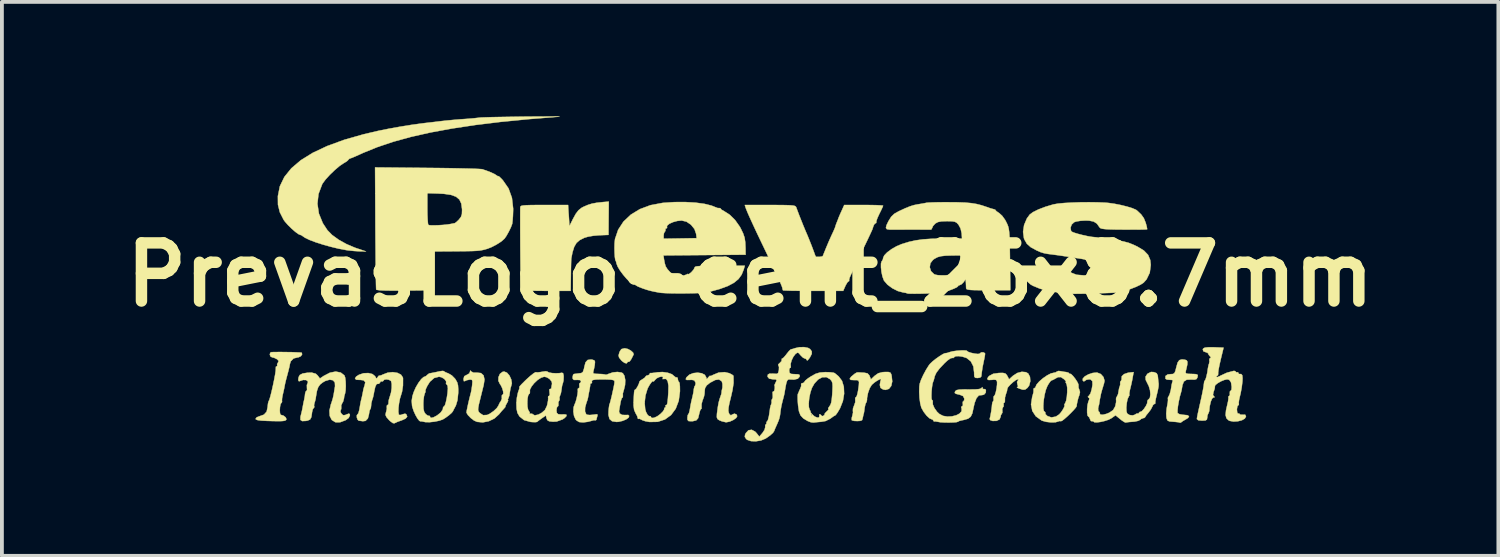
<source format=kicad_pcb>
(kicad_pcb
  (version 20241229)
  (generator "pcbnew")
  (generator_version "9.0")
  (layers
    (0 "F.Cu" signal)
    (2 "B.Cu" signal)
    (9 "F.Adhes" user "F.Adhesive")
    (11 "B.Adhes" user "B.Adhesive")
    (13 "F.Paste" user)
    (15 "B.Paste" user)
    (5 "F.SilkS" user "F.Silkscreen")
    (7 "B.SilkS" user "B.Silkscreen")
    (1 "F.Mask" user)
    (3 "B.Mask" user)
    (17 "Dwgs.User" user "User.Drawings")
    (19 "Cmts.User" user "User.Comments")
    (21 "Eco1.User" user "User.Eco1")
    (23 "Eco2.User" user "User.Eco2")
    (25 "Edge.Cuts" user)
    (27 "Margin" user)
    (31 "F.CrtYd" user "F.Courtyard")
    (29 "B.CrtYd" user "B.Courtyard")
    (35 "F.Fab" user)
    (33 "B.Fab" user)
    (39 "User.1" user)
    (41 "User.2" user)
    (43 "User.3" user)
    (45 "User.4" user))
  (footprint "PrevasLogo-cent_26x8.7mm"
    (layer "F.Cu")
    (at 16.626 4.156)
    (property "Reference" "PrevasLogo-cent_26x8.7mm" (at 0 0 0) (layer "F.SilkS") (effects (font (size 1.524 1.524) (thickness 0.3))))
    (attr through_hole)
    (fp_poly (pts (xy -3.207 1.948) (xy -3.129 1.99) (xy -3.071 2.042) (xy -3.055 2.089) (xy -3.057 2.093) (xy -3.116 2.211) (xy -3.158 2.272) (xy -3.187 2.284) (xy -3.189 2.283) (xy -3.216 2.287) (xy -3.217 2.295) (xy -3.239 2.325) (xy -3.292 2.314) (xy -3.358 2.267) (xy -3.381 2.244) (xy -3.437 2.174) (xy -3.451 2.117) (xy -3.43 2.039) (xy -3.421 2.017) (xy -3.378 1.951) (xy -3.301 1.931) (xy -3.286 1.93) (xy -3.207 1.948)) (stroke (width 0.01) (type solid)) (fill yes) (layer "F.SilkS"))
    (fp_poly (pts (xy -3.712 -1.482) (xy -3.715 -1.045) (xy -3.966 -1.035) (xy -4.112 -1.022) (xy -4.252 -0.998) (xy -4.352 -0.968) (xy -4.47 -0.908) (xy -4.555 -0.834) (xy -4.615 -0.732) (xy -4.66 -0.588) (xy -4.692 -0.423) (xy -4.694 -0.378) (xy -4.697 -0.279) (xy -4.7 -0.142) (xy -4.702 0.017) (xy -4.707 0.423) (xy -5.354 0.423) (xy -5.556 0.422) (xy -5.734 0.419) (xy -5.876 0.415) (xy -5.973 0.409) (xy -6.013 0.403) (xy -6.014 0.403) (xy -6.016 0.367) (xy -6.018 0.273) (xy -6.021 0.13) (xy -6.023 -0.051) (xy -6.025 -0.261) (xy -6.027 -0.491) (xy -6.029 -0.73) (xy -6.03 -0.969) (xy -6.031 -1.198) (xy -6.031 -1.408) (xy -6.031 -1.589) (xy -6.03 -1.731) (xy -6.029 -1.77) (xy -6.024 -1.79) (xy -6.003 -1.806) (xy -5.957 -1.816) (xy -5.878 -1.823) (xy -5.756 -1.827) (xy -5.582 -1.829) (xy -5.402 -1.829) (xy -4.775 -1.829) (xy -4.77 -1.736) (xy -4.764 -1.638) (xy -4.759 -1.575) (xy -4.753 -1.493) (xy -4.747 -1.392) (xy -4.747 -1.39) (xy -4.741 -1.274) (xy -4.651 -1.456) (xy -4.573 -1.598) (xy -4.501 -1.692) (xy -4.42 -1.756) (xy -4.368 -1.783) (xy -4.254 -1.832) (xy -4.147 -1.865) (xy -4.022 -1.888) (xy -3.855 -1.906) (xy -3.844 -1.907) (xy -3.708 -1.918) (xy -3.712 -1.482)) (stroke (width 0.01) (type solid)) (fill yes) (layer "F.SilkS"))
    (fp_poly (pts (xy 11.406 2.23) (xy 11.451 2.246) (xy 11.47 2.284) (xy 11.466 2.358) (xy 11.439 2.479) (xy 11.431 2.51) (xy 11.421 2.564) (xy 11.438 2.59) (xy 11.498 2.6) (xy 11.567 2.602) (xy 11.674 2.606) (xy 11.727 2.617) (xy 11.742 2.642) (xy 11.732 2.692) (xy 11.732 2.694) (xy 11.709 2.736) (xy 11.657 2.752) (xy 11.57 2.749) (xy 11.45 2.754) (xy 11.377 2.8) (xy 11.339 2.896) (xy 11.333 2.933) (xy 11.318 3.023) (xy 11.303 3.082) (xy 11.271 3.193) (xy 11.243 3.323) (xy 11.221 3.45) (xy 11.21 3.556) (xy 11.211 3.622) (xy 11.214 3.63) (xy 11.263 3.659) (xy 11.35 3.674) (xy 11.37 3.675) (xy 11.472 3.685) (xy 11.512 3.713) (xy 11.488 3.755) (xy 11.43 3.792) (xy 11.355 3.835) (xy 11.31 3.868) (xy 11.309 3.87) (xy 11.278 3.883) (xy 11.274 3.88) (xy 11.234 3.869) (xy 11.15 3.86) (xy 11.099 3.856) (xy 11.002 3.848) (xy 10.951 3.827) (xy 10.928 3.779) (xy 10.919 3.738) (xy 10.914 3.64) (xy 10.925 3.514) (xy 10.936 3.452) (xy 10.955 3.35) (xy 10.961 3.278) (xy 10.957 3.258) (xy 10.959 3.221) (xy 10.971 3.202) (xy 11.004 3.135) (xy 11.034 3.025) (xy 11.054 2.899) (xy 11.055 2.894) (xy 11.072 2.818) (xy 11.085 2.787) (xy 11.076 2.761) (xy 11.008 2.757) (xy 10.932 2.751) (xy 10.894 2.728) (xy 10.894 2.657) (xy 10.952 2.616) (xy 11.024 2.608) (xy 11.089 2.604) (xy 11.128 2.581) (xy 11.154 2.524) (xy 11.179 2.423) (xy 11.213 2.303) (xy 11.258 2.24) (xy 11.327 2.221) (xy 11.406 2.23)) (stroke (width 0.01) (type solid)) (fill yes) (layer "F.SilkS"))
    (fp_poly (pts (xy 3.676 2.566) (xy 3.701 2.608) (xy 3.712 2.653) (xy 3.727 2.799) (xy 3.701 2.916) (xy 3.641 2.993) (xy 3.553 3.021) (xy 3.487 3.009) (xy 3.42 2.968) (xy 3.403 2.897) (xy 3.403 2.883) (xy 3.415 2.8) (xy 3.432 2.752) (xy 3.43 2.734) (xy 3.389 2.747) (xy 3.326 2.782) (xy 3.256 2.83) (xy 3.197 2.882) (xy 3.192 2.886) (xy 3.136 2.976) (xy 3.091 3.102) (xy 3.066 3.231) (xy 3.065 3.285) (xy 3.053 3.341) (xy 3.042 3.354) (xy 3.023 3.396) (xy 3.005 3.479) (xy 3.001 3.506) (xy 2.99 3.59) (xy 2.982 3.637) (xy 2.98 3.641) (xy 2.971 3.669) (xy 2.96 3.723) (xy 2.944 3.791) (xy 2.933 3.817) (xy 2.887 3.833) (xy 2.808 3.838) (xy 2.727 3.834) (xy 2.672 3.82) (xy 2.664 3.812) (xy 2.665 3.755) (xy 2.682 3.694) (xy 2.699 3.615) (xy 2.695 3.568) (xy 2.698 3.509) (xy 2.727 3.43) (xy 2.757 3.345) (xy 2.757 3.277) (xy 2.756 3.228) (xy 2.772 3.217) (xy 2.795 3.187) (xy 2.818 3.109) (xy 2.831 3.04) (xy 2.851 2.903) (xy 2.856 2.82) (xy 2.842 2.779) (xy 2.805 2.764) (xy 2.74 2.764) (xy 2.734 2.764) (xy 2.641 2.759) (xy 2.611 2.733) (xy 2.642 2.684) (xy 2.657 2.669) (xy 2.742 2.598) (xy 2.797 2.565) (xy 2.836 2.561) (xy 2.898 2.565) (xy 2.989 2.57) (xy 2.991 2.57) (xy 3.078 2.587) (xy 3.126 2.639) (xy 3.135 2.66) (xy 3.167 2.746) (xy 3.266 2.652) (xy 3.36 2.585) (xy 3.471 2.556) (xy 3.527 2.552) (xy 3.624 2.551) (xy 3.676 2.566)) (stroke (width 0.01) (type solid)) (fill yes) (layer "F.SilkS"))
    (fp_poly (pts (xy 7.234 2.556) (xy 7.294 2.591) (xy 7.34 2.68) (xy 7.348 2.794) (xy 7.319 2.905) (xy 7.273 2.968) (xy 7.214 3.011) (xy 7.156 3.016) (xy 7.078 2.993) (xy 7.013 2.966) (xy 6.996 2.95) (xy 7.003 2.948) (xy 7.029 2.93) (xy 7.013 2.884) (xy 7 2.813) (xy 7.019 2.782) (xy 7.04 2.75) (xy 7.018 2.743) (xy 6.967 2.765) (xy 6.895 2.818) (xy 6.821 2.886) (xy 6.764 2.95) (xy 6.744 2.993) (xy 6.737 3.049) (xy 6.709 3.131) (xy 6.709 3.132) (xy 6.684 3.221) (xy 6.683 3.293) (xy 6.681 3.342) (xy 6.665 3.353) (xy 6.645 3.377) (xy 6.65 3.403) (xy 6.648 3.458) (xy 6.633 3.474) (xy 6.612 3.521) (xy 6.615 3.56) (xy 6.615 3.621) (xy 6.601 3.643) (xy 6.575 3.689) (xy 6.57 3.726) (xy 6.541 3.795) (xy 6.461 3.833) (xy 6.36 3.835) (xy 6.297 3.813) (xy 6.283 3.783) (xy 6.303 3.7) (xy 6.324 3.582) (xy 6.34 3.464) (xy 6.344 3.412) (xy 6.356 3.344) (xy 6.373 3.319) (xy 6.387 3.291) (xy 6.384 3.251) (xy 6.385 3.197) (xy 6.398 3.183) (xy 6.42 3.153) (xy 6.444 3.079) (xy 6.464 2.981) (xy 6.476 2.884) (xy 6.477 2.809) (xy 6.475 2.801) (xy 6.453 2.76) (xy 6.395 2.752) (xy 6.349 2.758) (xy 6.254 2.762) (xy 6.218 2.736) (xy 6.243 2.684) (xy 6.275 2.652) (xy 6.377 2.598) (xy 6.525 2.577) (xy 6.632 2.576) (xy 6.693 2.59) (xy 6.73 2.628) (xy 6.747 2.656) (xy 6.792 2.743) (xy 6.895 2.65) (xy 7.006 2.578) (xy 7.126 2.546) (xy 7.234 2.556)) (stroke (width 0.01) (type solid)) (fill yes) (layer "F.SilkS"))
    (fp_poly (pts (xy -12.167 2.029) (xy -12.021 2.031) (xy -11.895 2.036) (xy -11.802 2.04) (xy -11.761 2.046) (xy -11.76 2.046) (xy -11.752 2.092) (xy -11.787 2.139) (xy -11.848 2.166) (xy -11.863 2.167) (xy -11.974 2.195) (xy -12.049 2.27) (xy -12.071 2.338) (xy -12.086 2.417) (xy -12.114 2.531) (xy -12.135 2.608) (xy -12.168 2.732) (xy -12.196 2.846) (xy -12.206 2.896) (xy -12.225 2.995) (xy -12.252 3.115) (xy -12.259 3.143) (xy -12.277 3.238) (xy -12.281 3.305) (xy -12.277 3.318) (xy -12.284 3.353) (xy -12.295 3.359) (xy -12.317 3.395) (xy -12.332 3.47) (xy -12.337 3.558) (xy -12.332 3.634) (xy -12.315 3.673) (xy -12.311 3.675) (xy -12.241 3.696) (xy -12.183 3.741) (xy -12.163 3.789) (xy -12.164 3.794) (xy -12.179 3.816) (xy -12.215 3.831) (xy -12.281 3.839) (xy -12.387 3.841) (xy -12.544 3.838) (xy -12.675 3.834) (xy -12.827 3.826) (xy -12.921 3.813) (xy -12.965 3.794) (xy -12.971 3.779) (xy -12.942 3.74) (xy -12.878 3.715) (xy -12.753 3.67) (xy -12.682 3.591) (xy -12.656 3.47) (xy -12.647 3.381) (xy -12.633 3.325) (xy -12.629 3.319) (xy -12.61 3.277) (xy -12.583 3.185) (xy -12.551 3.058) (xy -12.518 2.912) (xy -12.487 2.763) (xy -12.461 2.627) (xy -12.445 2.521) (xy -12.441 2.46) (xy -12.442 2.454) (xy -12.439 2.411) (xy -12.422 2.405) (xy -12.401 2.391) (xy -12.406 2.382) (xy -12.407 2.342) (xy -12.388 2.311) (xy -12.367 2.264) (xy -12.403 2.221) (xy -12.411 2.215) (xy -12.489 2.177) (xy -12.537 2.167) (xy -12.581 2.144) (xy -12.599 2.093) (xy -12.587 2.045) (xy -12.556 2.03) (xy -12.45 2.028) (xy -12.315 2.027) (xy -12.167 2.029)) (stroke (width 0.01) (type solid)) (fill yes) (layer "F.SilkS"))
    (fp_poly (pts (xy -8.467 -2.802) (xy -8.166 -2.799) (xy -7.885 -2.795) (xy -7.631 -2.79) (xy -7.411 -2.785) (xy -7.234 -2.78) (xy -7.107 -2.774) (xy -7.037 -2.769) (xy -7.027 -2.768) (xy -6.84 -2.702) (xy -6.711 -2.644) (xy -6.659 -2.611) (xy -6.616 -2.583) (xy -6.604 -2.587) (xy -6.584 -2.576) (xy -6.532 -2.527) (xy -6.484 -2.475) (xy -6.337 -2.263) (xy -6.248 -2.015) (xy -6.216 -1.732) (xy -6.217 -1.676) (xy -6.222 -1.538) (xy -6.231 -1.419) (xy -6.24 -1.341) (xy -6.242 -1.333) (xy -6.275 -1.244) (xy -6.331 -1.129) (xy -6.393 -1.019) (xy -6.442 -0.948) (xy -6.529 -0.871) (xy -6.656 -0.79) (xy -6.796 -0.718) (xy -6.913 -0.675) (xy -6.979 -0.656) (xy -7.04 -0.643) (xy -7.104 -0.633) (xy -7.185 -0.626) (xy -7.29 -0.621) (xy -7.433 -0.618) (xy -7.623 -0.616) (xy -7.848 -0.614) (xy -8.465 -0.61) (xy -8.474 -0.1) (xy -8.484 0.409) (xy -9.14 0.416) (xy -9.384 0.417) (xy -9.578 0.414) (xy -9.715 0.408) (xy -9.793 0.397) (xy -9.809 0.389) (xy -9.811 0.35) (xy -9.814 0.249) (xy -9.817 0.094) (xy -9.82 -0.108) (xy -9.823 -0.35) (xy -9.825 -0.627) (xy -9.828 -0.93) (xy -9.83 -1.23) (xy -9.832 -1.736) (xy -8.467 -1.736) (xy -8.465 -1.576) (xy -8.459 -1.442) (xy -8.451 -1.347) (xy -8.441 -1.306) (xy -8.399 -1.297) (xy -8.308 -1.295) (xy -8.188 -1.298) (xy -8.058 -1.306) (xy -7.937 -1.318) (xy -7.844 -1.333) (xy -7.84 -1.334) (xy -7.773 -1.348) (xy -7.748 -1.352) (xy -7.712 -1.376) (xy -7.651 -1.433) (xy -7.637 -1.448) (xy -7.585 -1.516) (xy -7.56 -1.59) (xy -7.556 -1.698) (xy -7.557 -1.723) (xy -7.576 -1.866) (xy -7.626 -1.972) (xy -7.713 -2.046) (xy -7.847 -2.095) (xy -8.034 -2.122) (xy -8.187 -2.13) (xy -8.467 -2.139) (xy -8.467 -1.736) (xy -9.832 -1.736) (xy -9.838 -2.815) (xy -8.467 -2.802)) (stroke (width 0.01) (type solid)) (fill yes) (layer "F.SilkS"))
    (fp_poly (pts (xy -7.319 2.536) (xy -7.259 2.568) (xy -7.17 2.568) (xy -7.06 2.58) (xy -6.992 2.641) (xy -6.968 2.75) (xy -6.99 2.896) (xy -7.006 2.958) (xy -7.033 3.067) (xy -7.067 3.203) (xy -7.081 3.261) (xy -7.116 3.402) (xy -7.133 3.494) (xy -7.135 3.551) (xy -7.122 3.59) (xy -7.094 3.625) (xy -7.004 3.684) (xy -6.896 3.678) (xy -6.834 3.649) (xy -6.73 3.578) (xy -6.646 3.499) (xy -6.6 3.43) (xy -6.598 3.421) (xy -6.566 3.354) (xy -6.542 3.323) (xy -6.512 3.253) (xy -6.514 3.212) (xy -6.512 3.161) (xy -6.495 3.15) (xy -6.475 3.123) (xy -6.479 3.057) (xy -6.503 2.975) (xy -6.54 2.898) (xy -6.562 2.869) (xy -6.604 2.783) (xy -6.601 2.687) (xy -6.563 2.601) (xy -6.494 2.548) (xy -6.452 2.54) (xy -6.378 2.57) (xy -6.313 2.646) (xy -6.267 2.746) (xy -6.25 2.847) (xy -6.267 2.916) (xy -6.287 2.981) (xy -6.302 3.075) (xy -6.303 3.082) (xy -6.318 3.174) (xy -6.342 3.24) (xy -6.344 3.243) (xy -6.359 3.279) (xy -6.35 3.285) (xy -6.349 3.309) (xy -6.379 3.367) (xy -6.381 3.37) (xy -6.414 3.429) (xy -6.419 3.454) (xy -6.419 3.454) (xy -6.425 3.474) (xy -6.46 3.514) (xy -6.525 3.585) (xy -6.588 3.662) (xy -6.707 3.77) (xy -6.855 3.842) (xy -7.013 3.873) (xy -7.161 3.859) (xy -7.242 3.824) (xy -7.329 3.757) (xy -7.402 3.682) (xy -7.439 3.62) (xy -7.44 3.616) (xy -7.435 3.573) (xy -7.417 3.484) (xy -7.392 3.367) (xy -7.362 3.241) (xy -7.332 3.124) (xy -7.325 3.099) (xy -7.309 3.022) (xy -7.294 2.916) (xy -7.291 2.889) (xy -7.284 2.8) (xy -7.296 2.76) (xy -7.336 2.75) (xy -7.354 2.751) (xy -7.435 2.767) (xy -7.476 2.787) (xy -7.508 2.794) (xy -7.518 2.743) (xy -7.518 2.734) (xy -7.498 2.661) (xy -7.434 2.628) (xy -7.367 2.59) (xy -7.349 2.548) (xy -7.342 2.511) (xy -7.319 2.536)) (stroke (width 0.01) (type solid)) (fill yes) (layer "F.SilkS"))
    (fp_poly (pts (xy -8.037 2.528) (xy -8.026 2.537) (xy -7.985 2.561) (xy -7.91 2.591) (xy -7.909 2.592) (xy -7.824 2.642) (xy -7.743 2.724) (xy -7.729 2.743) (xy -7.685 2.82) (xy -7.663 2.9) (xy -7.656 3.009) (xy -7.657 3.098) (xy -7.677 3.292) (xy -7.719 3.432) (xy -7.727 3.446) (xy -7.769 3.525) (xy -7.795 3.577) (xy -7.796 3.582) (xy -7.831 3.625) (xy -7.902 3.687) (xy -7.989 3.751) (xy -8.06 3.795) (xy -8.153 3.828) (xy -8.279 3.854) (xy -8.409 3.868) (xy -8.517 3.866) (xy -8.557 3.858) (xy -8.618 3.845) (xy -8.64 3.848) (xy -8.676 3.833) (xy -8.725 3.772) (xy -8.778 3.68) (xy -8.826 3.574) (xy -8.86 3.471) (xy -8.868 3.434) (xy -8.871 3.391) (xy -8.573 3.391) (xy -8.568 3.519) (xy -8.549 3.601) (xy -8.51 3.656) (xy -8.507 3.659) (xy -8.451 3.698) (xy -8.419 3.701) (xy -8.401 3.706) (xy -8.399 3.72) (xy -8.376 3.756) (xy -8.307 3.742) (xy -8.212 3.691) (xy -8.115 3.613) (xy -8.061 3.532) (xy -8.055 3.48) (xy -8.035 3.455) (xy -8.029 3.454) (xy -8.006 3.424) (xy -7.981 3.344) (xy -7.957 3.232) (xy -7.938 3.107) (xy -7.928 2.989) (xy -7.935 2.914) (xy -7.957 2.879) (xy -7.96 2.879) (xy -7.98 2.858) (xy -7.974 2.843) (xy -7.976 2.79) (xy -8.022 2.733) (xy -8.094 2.69) (xy -8.16 2.675) (xy -8.287 2.708) (xy -8.399 2.806) (xy -8.468 2.915) (xy -8.505 2.994) (xy -8.519 3.042) (xy -8.517 3.048) (xy -8.516 3.073) (xy -8.535 3.117) (xy -8.555 3.187) (xy -8.569 3.298) (xy -8.573 3.391) (xy -8.871 3.391) (xy -8.877 3.307) (xy -8.859 3.187) (xy -8.824 3.078) (xy -8.768 2.952) (xy -8.698 2.833) (xy -8.627 2.739) (xy -8.564 2.683) (xy -8.538 2.675) (xy -8.491 2.651) (xy -8.477 2.633) (xy -8.421 2.59) (xy -8.399 2.585) (xy -8.33 2.573) (xy -8.247 2.556) (xy -8.133 2.532) (xy -8.069 2.523) (xy -8.037 2.528)) (stroke (width 0.01) (type solid)) (fill yes) (layer "F.SilkS"))
    (fp_poly (pts (xy -10.737 2.567) (xy -10.642 2.641) (xy -10.622 2.699) (xy -10.61 2.799) (xy -10.606 2.919) (xy -10.611 3.032) (xy -10.625 3.116) (xy -10.631 3.133) (xy -10.648 3.192) (xy -10.653 3.241) (xy -10.676 3.327) (xy -10.7 3.368) (xy -10.728 3.432) (xy -10.725 3.467) (xy -10.727 3.528) (xy -10.739 3.545) (xy -10.746 3.596) (xy -10.723 3.641) (xy -10.679 3.684) (xy -10.624 3.681) (xy -10.587 3.665) (xy -10.524 3.642) (xy -10.501 3.658) (xy -10.499 3.691) (xy -10.53 3.756) (xy -10.609 3.815) (xy -10.759 3.871) (xy -10.88 3.869) (xy -10.974 3.809) (xy -11.027 3.705) (xy -11.035 3.563) (xy -10.996 3.397) (xy -10.983 3.364) (xy -10.947 3.249) (xy -10.924 3.144) (xy -10.905 3.026) (xy -10.888 2.924) (xy -10.893 2.825) (xy -10.944 2.767) (xy -11.031 2.753) (xy -11.143 2.786) (xy -11.211 2.825) (xy -11.281 2.881) (xy -11.33 2.95) (xy -11.363 3.048) (xy -11.388 3.192) (xy -11.396 3.251) (xy -11.415 3.327) (xy -11.427 3.36) (xy -11.44 3.424) (xy -11.433 3.45) (xy -11.437 3.488) (xy -11.448 3.494) (xy -11.473 3.532) (xy -11.492 3.611) (xy -11.493 3.627) (xy -11.51 3.737) (xy -11.544 3.798) (xy -11.608 3.826) (xy -11.649 3.834) (xy -11.749 3.839) (xy -11.795 3.808) (xy -11.795 3.732) (xy -11.783 3.681) (xy -11.756 3.57) (xy -11.736 3.47) (xy -11.735 3.463) (xy -11.716 3.357) (xy -11.699 3.285) (xy -11.68 3.186) (xy -11.674 3.124) (xy -11.659 3.065) (xy -11.639 3.048) (xy -11.622 3.02) (xy -11.625 2.963) (xy -11.627 2.892) (xy -11.613 2.86) (xy -11.599 2.818) (xy -11.604 2.793) (xy -11.648 2.762) (xy -11.725 2.76) (xy -11.809 2.788) (xy -11.819 2.794) (xy -11.846 2.788) (xy -11.853 2.743) (xy -11.841 2.682) (xy -11.813 2.631) (xy -11.811 2.629) (xy -11.738 2.591) (xy -11.613 2.571) (xy -11.501 2.567) (xy -11.393 2.597) (xy -11.343 2.644) (xy -11.285 2.722) (xy -11.188 2.656) (xy -11.023 2.57) (xy -10.87 2.54) (xy -10.737 2.567)) (stroke (width 0.01) (type solid)) (fill yes) (layer "F.SilkS"))
    (fp_poly (pts (xy -5.121 -4.151) (xy -5.031 -4.149) (xy -4.997 -4.147) (xy -5.012 -4.145) (xy -5.808 -4.081) (xy -6.541 -4.009) (xy -7.212 -3.927) (xy -7.826 -3.834) (xy -8.387 -3.731) (xy -8.896 -3.616) (xy -9.358 -3.489) (xy -9.775 -3.349) (xy -10.152 -3.196) (xy -10.222 -3.164) (xy -10.342 -3.11) (xy -10.439 -3.069) (xy -10.495 -3.049) (xy -10.502 -3.048) (xy -10.532 -3.026) (xy -10.533 -3.022) (xy -10.56 -2.991) (xy -10.627 -2.945) (xy -10.656 -2.929) (xy -10.766 -2.855) (xy -10.894 -2.747) (xy -11.024 -2.622) (xy -11.137 -2.498) (xy -11.216 -2.391) (xy -11.227 -2.37) (xy -11.322 -2.118) (xy -11.35 -1.862) (xy -11.312 -1.605) (xy -11.209 -1.352) (xy -11.09 -1.17) (xy -10.966 -1.043) (xy -10.792 -0.917) (xy -10.587 -0.803) (xy -10.368 -0.71) (xy -10.348 -0.703) (xy -10.075 -0.611) (xy -10.245 -0.614) (xy -10.383 -0.622) (xy -10.538 -0.638) (xy -10.6 -0.647) (xy -10.795 -0.684) (xy -11.001 -0.734) (xy -11.206 -0.791) (xy -11.396 -0.852) (xy -11.555 -0.912) (xy -11.672 -0.968) (xy -11.718 -0.999) (xy -11.772 -1.037) (xy -11.797 -1.044) (xy -11.849 -1.066) (xy -11.93 -1.125) (xy -12.025 -1.208) (xy -12.12 -1.301) (xy -12.199 -1.39) (xy -12.235 -1.439) (xy -12.336 -1.638) (xy -12.385 -1.837) (xy -12.387 -2.062) (xy -12.335 -2.321) (xy -12.217 -2.565) (xy -12.034 -2.792) (xy -11.786 -3.003) (xy -11.472 -3.198) (xy -11.093 -3.376) (xy -10.65 -3.538) (xy -10.142 -3.683) (xy -9.754 -3.774) (xy -9.481 -3.829) (xy -9.187 -3.882) (xy -8.897 -3.929) (xy -8.637 -3.965) (xy -8.534 -3.978) (xy -8.422 -3.991) (xy -8.274 -4.008) (xy -8.128 -4.026) (xy -7.975 -4.043) (xy -7.787 -4.061) (xy -7.597 -4.077) (xy -7.535 -4.081) (xy -7.381 -4.092) (xy -7.245 -4.104) (xy -7.145 -4.115) (xy -7.112 -4.119) (xy -7.058 -4.124) (xy -6.946 -4.128) (xy -6.783 -4.133) (xy -6.579 -4.137) (xy -6.342 -4.141) (xy -6.082 -4.145) (xy -5.927 -4.147) (xy -5.671 -4.149) (xy -5.448 -4.15) (xy -5.262 -4.151) (xy -5.121 -4.151)) (stroke (width 0.01) (type solid)) (fill yes) (layer "F.SilkS"))
    (fp_poly (pts (xy 8.137 2.529) (xy 8.236 2.547) (xy 8.289 2.553) (xy 8.348 2.568) (xy 8.365 2.588) (xy 8.381 2.602) (xy 8.387 2.597) (xy 8.418 2.606) (xy 8.47 2.657) (xy 8.528 2.73) (xy 8.579 2.808) (xy 8.61 2.873) (xy 8.612 2.902) (xy 8.614 2.968) (xy 8.624 2.989) (xy 8.652 3.078) (xy 8.631 3.167) (xy 8.61 3.222) (xy 8.587 3.311) (xy 8.569 3.398) (xy 8.565 3.445) (xy 8.543 3.484) (xy 8.486 3.55) (xy 8.407 3.632) (xy 8.321 3.715) (xy 8.24 3.786) (xy 8.18 3.832) (xy 8.156 3.84) (xy 8.105 3.839) (xy 8.089 3.847) (xy 8.008 3.87) (xy 7.891 3.873) (xy 7.766 3.859) (xy 7.659 3.829) (xy 7.644 3.822) (xy 7.492 3.712) (xy 7.4 3.571) (xy 7.389 3.509) (xy 7.69 3.509) (xy 7.704 3.575) (xy 7.722 3.59) (xy 7.744 3.61) (xy 7.74 3.621) (xy 7.75 3.661) (xy 7.797 3.707) (xy 7.902 3.743) (xy 8.019 3.721) (xy 8.106 3.664) (xy 8.156 3.607) (xy 8.204 3.535) (xy 8.239 3.468) (xy 8.25 3.426) (xy 8.243 3.421) (xy 8.242 3.4) (xy 8.261 3.372) (xy 8.288 3.308) (xy 8.307 3.203) (xy 8.317 3.08) (xy 8.317 2.965) (xy 8.304 2.88) (xy 8.293 2.857) (xy 8.274 2.819) (xy 8.283 2.811) (xy 8.281 2.792) (xy 8.239 2.745) (xy 8.237 2.743) (xy 8.152 2.685) (xy 8.073 2.687) (xy 8.009 2.722) (xy 7.943 2.759) (xy 7.908 2.769) (xy 7.875 2.796) (xy 7.826 2.867) (xy 7.793 2.926) (xy 7.755 3.023) (xy 7.724 3.146) (xy 7.702 3.278) (xy 7.69 3.405) (xy 7.69 3.509) (xy 7.389 3.509) (xy 7.368 3.401) (xy 7.398 3.206) (xy 7.408 3.173) (xy 7.432 3.083) (xy 7.435 3.021) (xy 7.432 3.012) (xy 7.437 2.982) (xy 7.449 2.98) (xy 7.483 2.956) (xy 7.485 2.947) (xy 7.512 2.882) (xy 7.583 2.8) (xy 7.681 2.716) (xy 7.789 2.641) (xy 7.89 2.589) (xy 7.956 2.574) (xy 8.02 2.559) (xy 8.042 2.542) (xy 8.086 2.524) (xy 8.137 2.529)) (stroke (width 0.01) (type solid)) (fill yes) (layer "F.SilkS"))
    (fp_poly (pts (xy -2.162 2.571) (xy -2.052 2.61) (xy -1.988 2.664) (xy -1.948 2.695) (xy -1.928 2.691) (xy -1.903 2.703) (xy -1.897 2.741) (xy -1.884 2.797) (xy -1.866 2.811) (xy -1.852 2.842) (xy -1.843 2.924) (xy -1.841 3.04) (xy -1.841 3.058) (xy -1.873 3.305) (xy -1.952 3.514) (xy -2.074 3.679) (xy -2.233 3.795) (xy -2.424 3.858) (xy -2.642 3.862) (xy -2.646 3.861) (xy -2.752 3.841) (xy -2.833 3.813) (xy -2.853 3.801) (xy -2.903 3.777) (xy -2.924 3.782) (xy -2.944 3.778) (xy -2.946 3.762) (xy -2.964 3.705) (xy -3.006 3.629) (xy -3.043 3.545) (xy -3.058 3.43) (xy -3.057 3.358) (xy -2.767 3.358) (xy -2.753 3.526) (xy -2.731 3.601) (xy -2.69 3.676) (xy -2.653 3.71) (xy -2.642 3.709) (xy -2.611 3.711) (xy -2.608 3.723) (xy -2.584 3.757) (xy -2.522 3.753) (xy -2.438 3.715) (xy -2.355 3.654) (xy -2.288 3.587) (xy -2.255 3.534) (xy -2.254 3.519) (xy -2.248 3.49) (xy -2.235 3.488) (xy -2.213 3.468) (xy -2.218 3.454) (xy -2.219 3.423) (xy -2.209 3.421) (xy -2.19 3.416) (xy -2.177 3.393) (xy -2.167 3.34) (xy -2.157 3.244) (xy -2.146 3.093) (xy -2.142 2.914) (xy -2.162 2.794) (xy -2.203 2.734) (xy -2.258 2.733) (xy -2.296 2.738) (xy -2.29 2.715) (xy -2.287 2.681) (xy -2.327 2.672) (xy -2.387 2.685) (xy -2.449 2.715) (xy -2.487 2.751) (xy -2.525 2.796) (xy -2.54 2.799) (xy -2.555 2.789) (xy -2.591 2.824) (xy -2.636 2.887) (xy -2.68 2.965) (xy -2.693 2.994) (xy -2.747 3.172) (xy -2.767 3.358) (xy -3.057 3.358) (xy -3.057 3.327) (xy -3.05 3.18) (xy -3.044 3.087) (xy -3.036 3.037) (xy -3.024 3.017) (xy -3.014 3.014) (xy -2.986 2.987) (xy -2.949 2.925) (xy -2.917 2.856) (xy -2.905 2.809) (xy -2.905 2.807) (xy -2.882 2.778) (xy -2.826 2.742) (xy -2.765 2.701) (xy -2.743 2.67) (xy -2.716 2.645) (xy -2.692 2.642) (xy -2.647 2.623) (xy -2.642 2.608) (xy -2.623 2.579) (xy -2.616 2.58) (xy -2.57 2.578) (xy -2.483 2.567) (xy -2.432 2.559) (xy -2.296 2.552) (xy -2.162 2.571)) (stroke (width 0.01) (type solid)) (fill yes) (layer "F.SilkS"))
    (fp_poly (pts (xy -0.548 2.583) (xy -0.475 2.62) (xy -0.439 2.649) (xy -0.438 2.653) (xy -0.437 2.701) (xy -0.435 2.84) (xy -0.462 3.022) (xy -0.504 3.206) (xy -0.545 3.373) (xy -0.567 3.488) (xy -0.572 3.568) (xy -0.56 3.624) (xy -0.543 3.657) (xy -0.505 3.689) (xy -0.471 3.668) (xy -0.413 3.644) (xy -0.359 3.664) (xy -0.339 3.709) (xy -0.368 3.758) (xy -0.44 3.809) (xy -0.532 3.851) (xy -0.62 3.869) (xy -0.643 3.868) (xy -0.743 3.844) (xy -0.807 3.818) (xy -0.855 3.786) (xy -0.874 3.738) (xy -0.871 3.651) (xy -0.868 3.625) (xy -0.846 3.463) (xy -0.825 3.348) (xy -0.8 3.257) (xy -0.783 3.208) (xy -0.757 3.133) (xy -0.749 3.089) (xy -0.746 3.048) (xy -0.726 2.957) (xy -0.726 2.86) (xy -0.746 2.793) (xy -0.748 2.791) (xy -0.818 2.748) (xy -0.916 2.761) (xy -1.045 2.829) (xy -1.051 2.832) (xy -1.14 2.903) (xy -1.182 2.971) (xy -1.19 3.027) (xy -1.197 3.126) (xy -1.211 3.195) (xy -1.239 3.274) (xy -1.25 3.301) (xy -1.274 3.391) (xy -1.275 3.462) (xy -1.274 3.512) (xy -1.287 3.522) (xy -1.309 3.552) (xy -1.332 3.627) (xy -1.338 3.657) (xy -1.365 3.764) (xy -1.414 3.82) (xy -1.501 3.841) (xy -1.543 3.843) (xy -1.617 3.838) (xy -1.644 3.804) (xy -1.646 3.752) (xy -1.637 3.684) (xy -1.622 3.658) (xy -1.604 3.628) (xy -1.585 3.554) (xy -1.581 3.531) (xy -1.562 3.421) (xy -1.543 3.325) (xy -1.541 3.319) (xy -1.508 3.181) (xy -1.489 3.09) (xy -1.48 3.026) (xy -1.477 2.997) (xy -1.461 2.931) (xy -1.444 2.908) (xy -1.43 2.863) (xy -1.437 2.818) (xy -1.467 2.77) (xy -1.53 2.757) (xy -1.576 2.759) (xy -1.662 2.761) (xy -1.69 2.74) (xy -1.669 2.691) (xy -1.667 2.689) (xy -1.593 2.621) (xy -1.49 2.581) (xy -1.377 2.569) (xy -1.271 2.584) (xy -1.19 2.625) (xy -1.151 2.692) (xy -1.15 2.705) (xy -1.143 2.738) (xy -1.117 2.716) (xy -1.1 2.694) (xy -1.062 2.653) (xy -1.05 2.653) (xy -1.026 2.655) (xy -0.974 2.628) (xy -0.827 2.567) (xy -0.668 2.555) (xy -0.548 2.583)) (stroke (width 0.01) (type solid)) (fill yes) (layer "F.SilkS"))
    (fp_poly (pts (xy 2.093 2.558) (xy 2.181 2.568) (xy 2.218 2.581) (xy 2.269 2.623) (xy 2.322 2.668) (xy 2.409 2.783) (xy 2.457 2.939) (xy 2.465 3.121) (xy 2.433 3.313) (xy 2.359 3.5) (xy 2.345 3.525) (xy 2.291 3.616) (xy 2.247 3.676) (xy 2.229 3.691) (xy 2.19 3.711) (xy 2.124 3.759) (xy 2.111 3.77) (xy 1.98 3.837) (xy 1.866 3.857) (xy 1.761 3.866) (xy 1.679 3.875) (xy 1.662 3.877) (xy 1.595 3.87) (xy 1.509 3.837) (xy 1.506 3.836) (xy 1.395 3.768) (xy 1.323 3.69) (xy 1.317 3.675) (xy 1.592 3.675) (xy 1.609 3.691) (xy 1.626 3.675) (xy 1.609 3.658) (xy 1.592 3.675) (xy 1.317 3.675) (xy 1.281 3.584) (xy 1.258 3.432) (xy 1.255 3.397) (xy 1.252 3.36) (xy 1.537 3.36) (xy 1.54 3.473) (xy 1.561 3.542) (xy 1.562 3.544) (xy 1.585 3.582) (xy 1.582 3.59) (xy 1.588 3.612) (xy 1.629 3.664) (xy 1.636 3.672) (xy 1.698 3.722) (xy 1.762 3.747) (xy 1.807 3.743) (xy 1.816 3.706) (xy 1.814 3.701) (xy 1.817 3.662) (xy 1.83 3.658) (xy 1.862 3.683) (xy 1.863 3.69) (xy 1.888 3.709) (xy 1.915 3.703) (xy 1.951 3.678) (xy 1.95 3.666) (xy 1.961 3.635) (xy 2.008 3.587) (xy 2.052 3.543) (xy 2.054 3.523) (xy 2.053 3.523) (xy 2.047 3.501) (xy 2.069 3.468) (xy 2.102 3.42) (xy 2.125 3.362) (xy 2.14 3.278) (xy 2.152 3.151) (xy 2.158 3.059) (xy 2.163 2.928) (xy 2.158 2.845) (xy 2.138 2.789) (xy 2.099 2.743) (xy 2.099 2.742) (xy 2.002 2.686) (xy 1.894 2.689) (xy 1.785 2.746) (xy 1.685 2.854) (xy 1.62 2.969) (xy 1.58 3.088) (xy 1.551 3.225) (xy 1.537 3.36) (xy 1.252 3.36) (xy 1.247 3.273) (xy 1.246 3.178) (xy 1.251 3.13) (xy 1.252 3.128) (xy 1.271 3.088) (xy 1.287 3.044) (xy 1.315 2.988) (xy 1.34 2.919) (xy 1.337 2.878) (xy 1.345 2.85) (xy 1.37 2.845) (xy 1.416 2.826) (xy 1.422 2.81) (xy 1.449 2.774) (xy 1.518 2.718) (xy 1.597 2.666) (xy 1.72 2.598) (xy 1.831 2.565) (xy 1.967 2.555) (xy 1.978 2.555) (xy 2.093 2.558)) (stroke (width 0.01) (type solid)) (fill yes) (layer "F.SilkS"))
    (fp_poly (pts (xy 0.753 -1.828) (xy 0.923 -1.826) (xy 1.044 -1.822) (xy 1.124 -1.815) (xy 1.172 -1.804) (xy 1.197 -1.788) (xy 1.208 -1.77) (xy 1.24 -1.683) (xy 1.288 -1.556) (xy 1.345 -1.413) (xy 1.401 -1.273) (xy 1.449 -1.158) (xy 1.473 -1.102) (xy 1.513 -1.009) (xy 1.563 -0.885) (xy 1.618 -0.746) (xy 1.67 -0.607) (xy 1.716 -0.482) (xy 1.748 -0.389) (xy 1.761 -0.342) (xy 1.761 -0.341) (xy 1.786 -0.294) (xy 1.791 -0.29) (xy 1.816 -0.311) (xy 1.857 -0.382) (xy 1.906 -0.491) (xy 1.93 -0.551) (xy 1.995 -0.711) (xy 2.066 -0.879) (xy 2.129 -1.02) (xy 2.137 -1.037) (xy 2.187 -1.144) (xy 2.222 -1.226) (xy 2.235 -1.263) (xy 2.247 -1.305) (xy 2.275 -1.378) (xy 2.304 -1.45) (xy 2.318 -1.49) (xy 2.334 -1.528) (xy 2.368 -1.607) (xy 2.396 -1.668) (xy 2.468 -1.829) (xy 2.978 -1.829) (xy 3.156 -1.828) (xy 3.306 -1.825) (xy 3.418 -1.82) (xy 3.48 -1.814) (xy 3.488 -1.811) (xy 3.474 -1.774) (xy 3.437 -1.694) (xy 3.388 -1.595) (xy 3.34 -1.491) (xy 3.312 -1.412) (xy 3.309 -1.376) (xy 3.305 -1.356) (xy 3.295 -1.355) (xy 3.258 -1.326) (xy 3.234 -1.278) (xy 3.213 -1.212) (xy 3.204 -1.185) (xy 3.186 -1.145) (xy 3.144 -1.054) (xy 3.081 -0.92) (xy 3.001 -0.754) (xy 2.911 -0.565) (xy 2.891 -0.525) (xy 2.837 -0.407) (xy 2.796 -0.309) (xy 2.778 -0.251) (xy 2.777 -0.246) (xy 2.756 -0.206) (xy 2.743 -0.203) (xy 2.716 -0.184) (xy 2.716 -0.178) (xy 2.706 -0.135) (xy 2.672 -0.056) (xy 2.65 -0.013) (xy 2.611 0.074) (xy 2.595 0.135) (xy 2.598 0.148) (xy 2.595 0.168) (xy 2.586 0.169) (xy 2.553 0.197) (xy 2.511 0.268) (xy 2.497 0.296) (xy 2.441 0.423) (xy 1.658 0.423) (xy 1.435 0.423) (xy 1.235 0.421) (xy 1.069 0.419) (xy 0.945 0.415) (xy 0.874 0.412) (xy 0.861 0.409) (xy 0.847 0.367) (xy 0.847 0.353) (xy 0.832 0.306) (xy 0.789 0.202) (xy 0.717 0.041) (xy 0.616 -0.178) (xy 0.484 -0.455) (xy 0.322 -0.793) (xy 0.288 -0.864) (xy 0.177 -1.096) (xy 0.078 -1.309) (xy -0.006 -1.492) (xy -0.07 -1.637) (xy -0.109 -1.734) (xy -0.117 -1.755) (xy -0.14 -1.829) (xy 0.524 -1.829) (xy 0.753 -1.828)) (stroke (width 0.01) (type solid)) (fill yes) (layer "F.SilkS"))
    (fp_poly (pts (xy -9.252 2.574) (xy -9.159 2.621) (xy -9.109 2.695) (xy -9.105 2.719) (xy -9.106 2.906) (xy -9.131 3.072) (xy -9.155 3.15) (xy -9.186 3.249) (xy -9.209 3.37) (xy -9.224 3.492) (xy -9.227 3.597) (xy -9.216 3.665) (xy -9.207 3.677) (xy -9.158 3.677) (xy -9.114 3.66) (xy -9.049 3.644) (xy -9.014 3.668) (xy -8.995 3.723) (xy -9.037 3.773) (xy -9.143 3.821) (xy -9.161 3.826) (xy -9.254 3.86) (xy -9.32 3.89) (xy -9.331 3.897) (xy -9.373 3.891) (xy -9.441 3.841) (xy -9.474 3.809) (xy -9.54 3.733) (xy -9.564 3.677) (xy -9.554 3.617) (xy -9.549 3.602) (xy -9.529 3.52) (xy -9.531 3.465) (xy -9.527 3.426) (xy -9.513 3.421) (xy -9.487 3.393) (xy -9.486 3.361) (xy -9.479 3.288) (xy -9.454 3.206) (xy -9.42 3.094) (xy -9.402 2.972) (xy -9.401 2.863) (xy -9.418 2.791) (xy -9.422 2.786) (xy -9.474 2.755) (xy -9.543 2.744) (xy -9.6 2.755) (xy -9.618 2.779) (xy -9.639 2.799) (xy -9.652 2.794) (xy -9.691 2.801) (xy -9.707 2.826) (xy -9.737 2.862) (xy -9.755 2.861) (xy -9.797 2.867) (xy -9.833 2.938) (xy -9.863 3.072) (xy -9.87 3.116) (xy -9.892 3.217) (xy -9.914 3.284) (xy -9.938 3.375) (xy -9.942 3.436) (xy -9.95 3.501) (xy -9.963 3.523) (xy -9.983 3.567) (xy -9.997 3.648) (xy -9.998 3.659) (xy -10.027 3.77) (xy -10.087 3.833) (xy -10.158 3.842) (xy -10.241 3.831) (xy -10.263 3.83) (xy -10.296 3.802) (xy -10.316 3.745) (xy -10.317 3.687) (xy -10.295 3.658) (xy -10.293 3.658) (xy -10.274 3.627) (xy -10.253 3.551) (xy -10.243 3.497) (xy -10.226 3.395) (xy -10.211 3.32) (xy -10.207 3.302) (xy -10.188 3.226) (xy -10.166 3.124) (xy -10.149 3.035) (xy -10.146 3.014) (xy -10.125 2.939) (xy -10.112 2.904) (xy -10.095 2.819) (xy -10.136 2.77) (xy -10.231 2.758) (xy -10.243 2.759) (xy -10.333 2.754) (xy -10.364 2.722) (xy -10.335 2.673) (xy -10.26 2.624) (xy -10.14 2.584) (xy -10.015 2.579) (xy -9.908 2.605) (xy -9.839 2.661) (xy -9.835 2.669) (xy -9.804 2.719) (xy -9.783 2.71) (xy -9.776 2.694) (xy -9.745 2.652) (xy -9.729 2.648) (xy -9.682 2.64) (xy -9.634 2.618) (xy -9.506 2.569) (xy -9.373 2.555) (xy -9.252 2.574)) (stroke (width 0.01) (type solid)) (fill yes) (layer "F.SilkS"))
    (fp_poly (pts (xy -5.311 2.544) (xy -5.309 2.547) (xy -5.272 2.566) (xy -5.192 2.58) (xy -5.092 2.585) (xy -4.996 2.581) (xy -4.945 2.572) (xy -4.908 2.58) (xy -4.893 2.638) (xy -4.891 2.675) (xy -4.895 2.771) (xy -4.911 2.842) (xy -4.913 2.845) (xy -4.933 2.912) (xy -4.947 3.008) (xy -4.948 3.014) (xy -4.963 3.106) (xy -4.986 3.17) (xy -4.988 3.174) (xy -5.004 3.229) (xy -4.998 3.247) (xy -5 3.292) (xy -5.01 3.3) (xy -5.031 3.346) (xy -5.029 3.387) (xy -5.032 3.441) (xy -5.048 3.454) (xy -5.07 3.484) (xy -5.08 3.555) (xy -5.08 3.556) (xy -5.071 3.625) (xy -5.033 3.659) (xy -4.952 3.666) (xy -4.885 3.662) (xy -4.822 3.669) (xy -4.816 3.704) (xy -4.865 3.757) (xy -4.919 3.794) (xy -5.074 3.85) (xy -5.174 3.855) (xy -5.27 3.844) (xy -5.318 3.816) (xy -5.339 3.77) (xy -5.358 3.692) (xy -5.465 3.766) (xy -5.538 3.819) (xy -5.584 3.856) (xy -5.588 3.86) (xy -5.629 3.867) (xy -5.713 3.865) (xy -5.764 3.86) (xy -5.93 3.813) (xy -6.049 3.718) (xy -6.104 3.624) (xy -6.126 3.517) (xy -6.131 3.374) (xy -6.129 3.354) (xy -5.845 3.354) (xy -5.841 3.459) (xy -5.824 3.541) (xy -5.808 3.568) (xy -5.779 3.618) (xy -5.784 3.642) (xy -5.784 3.653) (xy -5.768 3.646) (xy -5.719 3.645) (xy -5.707 3.657) (xy -5.65 3.689) (xy -5.556 3.669) (xy -5.469 3.623) (xy -5.384 3.55) (xy -5.332 3.444) (xy -5.32 3.402) (xy -5.301 3.304) (xy -5.297 3.232) (xy -5.301 3.216) (xy -5.295 3.186) (xy -5.281 3.183) (xy -5.256 3.154) (xy -5.262 3.08) (xy -5.268 3.011) (xy -5.25 2.997) (xy -5.249 2.998) (xy -5.22 2.99) (xy -5.215 2.968) (xy -5.203 2.891) (xy -5.196 2.867) (xy -5.204 2.805) (xy -5.256 2.74) (xy -5.332 2.691) (xy -5.399 2.675) (xy -5.481 2.699) (xy -5.573 2.759) (xy -5.662 2.842) (xy -5.734 2.932) (xy -5.777 3.016) (xy -5.776 3.079) (xy -5.775 3.08) (xy -5.782 3.116) (xy -5.795 3.123) (xy -5.822 3.163) (xy -5.839 3.248) (xy -5.845 3.354) (xy -6.129 3.354) (xy -6.118 3.223) (xy -6.09 3.091) (xy -6.078 3.057) (xy -6.053 2.985) (xy -6.052 2.948) (xy -6.055 2.946) (xy -6.043 2.925) (xy -5.991 2.868) (xy -5.909 2.786) (xy -5.864 2.743) (xy -5.765 2.654) (xy -5.683 2.589) (xy -5.631 2.558) (xy -5.621 2.557) (xy -5.573 2.562) (xy -5.486 2.551) (xy -5.456 2.545) (xy -5.357 2.531) (xy -5.311 2.544)) (stroke (width 0.01) (type solid)) (fill yes) (layer "F.SilkS"))
    (fp_poly (pts (xy -1.434 -1.891) (xy -1.199 -1.859) (xy -1.011 -1.812) (xy -0.919 -1.775) (xy -0.848 -1.748) (xy -0.807 -1.748) (xy -0.78 -1.744) (xy -0.779 -1.737) (xy -0.751 -1.706) (xy -0.684 -1.668) (xy -0.681 -1.666) (xy -0.537 -1.574) (xy -0.395 -1.434) (xy -0.273 -1.262) (xy -0.247 -1.215) (xy -0.184 -1.084) (xy -0.146 -0.973) (xy -0.128 -0.853) (xy -0.121 -0.695) (xy -0.121 -0.694) (xy -0.119 -0.525) (xy -1.196 -0.516) (xy -2.274 -0.507) (xy -2.258 -0.397) (xy -2.239 -0.298) (xy -2.216 -0.22) (xy -2.17 -0.146) (xy -2.101 -0.069) (xy -2.028 -0.013) (xy -1.988 0.004) (xy -1.928 0.01) (xy -1.838 0.02) (xy -1.832 0.021) (xy -1.74 0.019) (xy -1.674 -0.002) (xy -1.671 -0.004) (xy -1.633 -0.024) (xy -1.626 -0.015) (xy -1.605 -0.017) (xy -1.553 -0.057) (xy -1.541 -0.068) (xy -1.483 -0.134) (xy -1.456 -0.189) (xy -1.456 -0.192) (xy -1.443 -0.208) (xy -1.4 -0.22) (xy -1.317 -0.228) (xy -1.189 -0.234) (xy -1.007 -0.236) (xy -0.798 -0.237) (xy -0.14 -0.237) (xy -0.168 -0.14) (xy -0.223 -0.002) (xy -0.306 0.113) (xy -0.425 0.211) (xy -0.587 0.297) (xy -0.801 0.375) (xy -1.074 0.45) (xy -1.121 0.462) (xy -1.199 0.472) (xy -1.329 0.48) (xy -1.495 0.486) (xy -1.682 0.489) (xy -1.875 0.49) (xy -2.058 0.488) (xy -2.215 0.483) (xy -2.331 0.476) (xy -2.371 0.471) (xy -2.515 0.444) (xy -2.622 0.42) (xy -2.72 0.392) (xy -2.838 0.352) (xy -2.841 0.35) (xy -2.937 0.312) (xy -3 0.277) (xy -3.014 0.261) (xy -3.034 0.247) (xy -3.042 0.25) (xy -3.087 0.242) (xy -3.157 0.189) (xy -3.242 0.104) (xy -3.33 0.001) (xy -3.411 -0.108) (xy -3.473 -0.21) (xy -3.505 -0.292) (xy -3.505 -0.293) (xy -3.517 -0.345) (xy -3.522 -0.356) (xy -3.537 -0.386) (xy -3.549 -0.467) (xy -3.556 -0.579) (xy -3.559 -0.704) (xy -3.556 -0.824) (xy -3.546 -0.921) (xy -3.544 -0.937) (xy -3.513 -1.029) (xy -2.269 -1.029) (xy -2.269 -0.945) (xy -1.403 -0.959) (xy -1.417 -1.073) (xy -1.461 -1.2) (xy -1.552 -1.312) (xy -1.67 -1.392) (xy -1.796 -1.422) (xy -1.911 -1.411) (xy -2.021 -1.381) (xy -2.114 -1.34) (xy -2.173 -1.294) (xy -2.185 -1.251) (xy -2.177 -1.24) (xy -2.183 -1.221) (xy -2.198 -1.219) (xy -2.224 -1.201) (xy -2.22 -1.188) (xy -2.224 -1.144) (xy -2.235 -1.135) (xy -2.261 -1.088) (xy -2.269 -1.029) (xy -3.513 -1.029) (xy -3.462 -1.179) (xy -3.323 -1.393) (xy -3.131 -1.575) (xy -2.893 -1.72) (xy -2.615 -1.824) (xy -2.301 -1.883) (xy -2.286 -1.885) (xy -1.99 -1.905) (xy -1.701 -1.906) (xy -1.434 -1.891)) (stroke (width 0.01) (type solid)) (fill yes) (layer "F.SilkS"))
    (fp_poly (pts (xy 12.164 1.903) (xy 12.418 1.913) (xy 12.34 2.235) (xy 12.308 2.377) (xy 12.285 2.497) (xy 12.275 2.577) (xy 12.277 2.599) (xy 12.271 2.638) (xy 12.259 2.642) (xy 12.227 2.668) (xy 12.226 2.678) (xy 12.251 2.686) (xy 12.313 2.662) (xy 12.336 2.649) (xy 12.506 2.57) (xy 12.692 2.521) (xy 12.73 2.533) (xy 12.734 2.545) (xy 12.755 2.562) (xy 12.768 2.557) (xy 12.799 2.56) (xy 12.802 2.572) (xy 12.82 2.603) (xy 12.827 2.604) (xy 12.88 2.605) (xy 12.908 2.637) (xy 12.916 2.715) (xy 12.912 2.802) (xy 12.894 2.953) (xy 12.865 3.111) (xy 12.849 3.176) (xy 12.825 3.281) (xy 12.815 3.36) (xy 12.819 3.388) (xy 12.815 3.418) (xy 12.804 3.421) (xy 12.78 3.45) (xy 12.768 3.524) (xy 12.768 3.541) (xy 12.776 3.618) (xy 12.797 3.643) (xy 12.802 3.641) (xy 12.833 3.642) (xy 12.835 3.653) (xy 12.864 3.673) (xy 12.92 3.672) (xy 12.984 3.671) (xy 13.004 3.71) (xy 13.005 3.721) (xy 12.974 3.774) (xy 12.897 3.817) (xy 12.792 3.844) (xy 12.68 3.851) (xy 12.581 3.834) (xy 12.548 3.818) (xy 12.493 3.764) (xy 12.471 3.681) (xy 12.482 3.559) (xy 12.51 3.434) (xy 12.535 3.325) (xy 12.546 3.243) (xy 12.544 3.211) (xy 12.551 3.185) (xy 12.561 3.183) (xy 12.583 3.156) (xy 12.581 3.116) (xy 12.584 3.061) (xy 12.6 3.048) (xy 12.625 3.019) (xy 12.631 2.944) (xy 12.617 2.844) (xy 12.611 2.819) (xy 12.567 2.756) (xy 12.512 2.743) (xy 12.439 2.759) (xy 12.348 2.796) (xy 12.263 2.845) (xy 12.205 2.892) (xy 12.192 2.916) (xy 12.187 2.973) (xy 12.167 3.041) (xy 12.153 3.079) (xy 12.14 3.154) (xy 12.165 3.189) (xy 12.187 3.211) (xy 12.154 3.217) (xy 12.116 3.248) (xy 12.081 3.332) (xy 12.054 3.452) (xy 12.041 3.579) (xy 12.02 3.637) (xy 12.014 3.644) (xy 11.994 3.694) (xy 11.989 3.748) (xy 11.98 3.799) (xy 11.943 3.822) (xy 11.857 3.827) (xy 11.853 3.827) (xy 11.754 3.817) (xy 11.718 3.785) (xy 11.718 3.781) (xy 11.725 3.732) (xy 11.745 3.631) (xy 11.775 3.495) (xy 11.808 3.349) (xy 11.844 3.187) (xy 11.874 3.041) (xy 11.894 2.928) (xy 11.901 2.87) (xy 11.91 2.803) (xy 11.926 2.777) (xy 11.945 2.747) (xy 11.968 2.67) (xy 11.991 2.567) (xy 12.007 2.457) (xy 12.007 2.455) (xy 12.025 2.367) (xy 12.038 2.33) (xy 12.049 2.265) (xy 12.042 2.24) (xy 12.049 2.2) (xy 12.065 2.19) (xy 12.089 2.168) (xy 12.062 2.141) (xy 12.025 2.097) (xy 12.022 2.079) (xy 11.998 2.049) (xy 11.965 2.037) (xy 11.887 2.007) (xy 11.873 1.958) (xy 11.883 1.937) (xy 11.925 1.913) (xy 12.019 1.902) (xy 12.164 1.903)) (stroke (width 0.01) (type solid)) (fill yes) (layer "F.SilkS"))
    (fp_poly (pts (xy -4.142 2.228) (xy -4.087 2.246) (xy -4.069 2.283) (xy -4.076 2.364) (xy -4.077 2.372) (xy -4.096 2.47) (xy -4.115 2.544) (xy -4.117 2.551) (xy -4.116 2.583) (xy -4.073 2.598) (xy -3.979 2.602) (xy -3.882 2.606) (xy -3.816 2.615) (xy -3.803 2.621) (xy -3.763 2.621) (xy -3.712 2.6) (xy -3.602 2.562) (xy -3.48 2.55) (xy -3.374 2.566) (xy -3.339 2.584) (xy -3.296 2.653) (xy -3.276 2.763) (xy -3.281 2.892) (xy -3.311 3.018) (xy -3.315 3.028) (xy -3.339 3.112) (xy -3.338 3.172) (xy -3.339 3.212) (xy -3.35 3.217) (xy -3.372 3.248) (xy -3.395 3.324) (xy -3.405 3.378) (xy -3.423 3.482) (xy -3.436 3.56) (xy -3.44 3.58) (xy -3.423 3.639) (xy -3.361 3.676) (xy -3.279 3.68) (xy -3.272 3.679) (xy -3.198 3.678) (xy -3.173 3.704) (xy -3.188 3.748) (xy -3.252 3.794) (xy -3.345 3.833) (xy -3.451 3.857) (xy -3.504 3.861) (xy -3.62 3.843) (xy -3.689 3.784) (xy -3.716 3.678) (xy -3.714 3.577) (xy -3.704 3.479) (xy -3.695 3.416) (xy -3.692 3.404) (xy -3.679 3.373) (xy -3.658 3.295) (xy -3.631 3.186) (xy -3.604 3.064) (xy -3.579 2.949) (xy -3.562 2.857) (xy -3.557 2.81) (xy -3.563 2.781) (xy -3.59 2.763) (xy -3.651 2.752) (xy -3.756 2.747) (xy -3.907 2.745) (xy -4.048 2.749) (xy -4.129 2.763) (xy -4.155 2.79) (xy -4.147 2.813) (xy -4.152 2.843) (xy -4.164 2.845) (xy -4.194 2.863) (xy -4.194 2.87) (xy -4.197 2.917) (xy -4.211 3.002) (xy -4.217 3.031) (xy -4.236 3.13) (xy -4.25 3.206) (xy -4.251 3.217) (xy -4.268 3.285) (xy -4.296 3.363) (xy -4.329 3.483) (xy -4.331 3.587) (xy -4.301 3.657) (xy -4.28 3.672) (xy -4.21 3.68) (xy -4.114 3.672) (xy -4.105 3.67) (xy -4.027 3.66) (xy -4.001 3.672) (xy -4.008 3.706) (xy -4.027 3.774) (xy -4.03 3.798) (xy -4.048 3.819) (xy -4.056 3.816) (xy -4.103 3.816) (xy -4.166 3.834) (xy -4.257 3.858) (xy -4.369 3.872) (xy -4.382 3.873) (xy -4.485 3.864) (xy -4.555 3.821) (xy -4.578 3.794) (xy -4.619 3.705) (xy -4.637 3.588) (xy -4.63 3.473) (xy -4.605 3.404) (xy -4.579 3.343) (xy -4.552 3.248) (xy -4.53 3.145) (xy -4.519 3.058) (xy -4.522 3.012) (xy -4.516 2.983) (xy -4.502 2.98) (xy -4.477 2.954) (xy -4.48 2.913) (xy -4.482 2.859) (xy -4.467 2.845) (xy -4.44 2.818) (xy -4.437 2.797) (xy -4.461 2.763) (xy -4.539 2.758) (xy -4.547 2.759) (xy -4.623 2.759) (xy -4.652 2.732) (xy -4.657 2.688) (xy -4.644 2.625) (xy -4.623 2.604) (xy -4.56 2.596) (xy -4.538 2.593) (xy -4.458 2.583) (xy -4.43 2.58) (xy -4.387 2.55) (xy -4.358 2.465) (xy -4.35 2.421) (xy -4.318 2.299) (xy -4.262 2.236) (xy -4.174 2.224) (xy -4.142 2.228)) (stroke (width 0.01) (type solid)) (fill yes) (layer "F.SilkS"))
    (fp_poly (pts (xy 9.109 -1.899) (xy 9.304 -1.891) (xy 9.401 -1.883) (xy 9.556 -1.861) (xy 9.723 -1.828) (xy 9.884 -1.788) (xy 10.021 -1.746) (xy 10.116 -1.706) (xy 10.141 -1.69) (xy 10.255 -1.583) (xy 10.327 -1.482) (xy 10.375 -1.362) (xy 10.377 -1.355) (xy 10.402 -1.263) (xy 10.413 -1.203) (xy 10.413 -1.191) (xy 10.377 -1.188) (xy 10.285 -1.185) (xy 10.147 -1.183) (xy 9.974 -1.183) (xy 9.799 -1.184) (xy 9.579 -1.186) (xy 9.416 -1.19) (xy 9.303 -1.197) (xy 9.23 -1.207) (xy 9.188 -1.221) (xy 9.167 -1.24) (xy 9.166 -1.241) (xy 9.097 -1.339) (xy 9.011 -1.395) (xy 8.891 -1.419) (xy 8.797 -1.422) (xy 8.669 -1.415) (xy 8.558 -1.397) (xy 8.501 -1.379) (xy 8.435 -1.318) (xy 8.404 -1.236) (xy 8.415 -1.157) (xy 8.44 -1.127) (xy 8.491 -1.105) (xy 8.588 -1.075) (xy 8.71 -1.043) (xy 8.836 -1.015) (xy 8.945 -0.995) (xy 9.009 -0.988) (xy 9.078 -0.982) (xy 9.161 -0.971) (xy 9.294 -0.95) (xy 9.47 -0.923) (xy 9.642 -0.897) (xy 9.803 -0.87) (xy 9.93 -0.836) (xy 10.057 -0.785) (xy 10.16 -0.736) (xy 10.328 -0.634) (xy 10.437 -0.521) (xy 10.494 -0.386) (xy 10.508 -0.257) (xy 10.482 -0.053) (xy 10.398 0.121) (xy 10.322 0.207) (xy 10.238 0.262) (xy 10.108 0.323) (xy 9.953 0.383) (xy 9.792 0.432) (xy 9.657 0.462) (xy 9.592 0.469) (xy 9.477 0.475) (xy 9.325 0.481) (xy 9.149 0.487) (xy 8.961 0.493) (xy 8.773 0.497) (xy 8.597 0.499) (xy 8.447 0.501) (xy 8.334 0.5) (xy 8.271 0.497) (xy 8.262 0.495) (xy 8.222 0.484) (xy 8.137 0.471) (xy 8.06 0.462) (xy 7.823 0.426) (xy 7.602 0.366) (xy 7.417 0.29) (xy 7.351 0.252) (xy 7.234 0.145) (xy 7.145 0.008) (xy 7.099 -0.133) (xy 7.096 -0.161) (xy 7.093 -0.237) (xy 8.286 -0.237) (xy 8.333 -0.15) (xy 8.421 -0.054) (xy 8.561 0.001) (xy 8.756 0.017) (xy 8.81 0.014) (xy 8.953 0.005) (xy 9.042 -0.003) (xy 9.089 -0.012) (xy 9.107 -0.025) (xy 9.11 -0.042) (xy 9.131 -0.057) (xy 9.14 -0.053) (xy 9.174 -0.062) (xy 9.201 -0.119) (xy 9.212 -0.2) (xy 9.178 -0.26) (xy 9.081 -0.317) (xy 8.923 -0.369) (xy 8.708 -0.414) (xy 8.66 -0.422) (xy 8.449 -0.454) (xy 8.294 -0.479) (xy 8.181 -0.496) (xy 8.098 -0.508) (xy 8.034 -0.517) (xy 7.977 -0.524) (xy 7.942 -0.529) (xy 7.8 -0.547) (xy 7.7 -0.567) (xy 7.617 -0.593) (xy 7.524 -0.634) (xy 7.512 -0.639) (xy 7.36 -0.722) (xy 7.259 -0.812) (xy 7.195 -0.922) (xy 7.181 -0.96) (xy 7.159 -1.125) (xy 7.186 -1.304) (xy 7.258 -1.474) (xy 7.334 -1.579) (xy 7.42 -1.642) (xy 7.559 -1.711) (xy 7.739 -1.78) (xy 7.946 -1.842) (xy 7.959 -1.845) (xy 8.071 -1.865) (xy 8.236 -1.881) (xy 8.437 -1.892) (xy 8.66 -1.9) (xy 8.889 -1.902) (xy 9.109 -1.899)) (stroke (width 0.01) (type solid)) (fill yes) (layer "F.SilkS"))
    (fp_poly (pts (xy 1.521 1.92) (xy 1.572 1.95) (xy 1.616 2.011) (xy 1.616 2.076) (xy 1.57 2.166) (xy 1.558 2.184) (xy 1.515 2.239) (xy 1.492 2.25) (xy 1.49 2.244) (xy 1.463 2.206) (xy 1.442 2.201) (xy 1.389 2.177) (xy 1.327 2.117) (xy 1.323 2.112) (xy 1.272 2.053) (xy 1.237 2.044) (xy 1.19 2.078) (xy 1.186 2.082) (xy 1.132 2.153) (xy 1.087 2.247) (xy 1.062 2.339) (xy 1.065 2.402) (xy 1.066 2.404) (xy 1.065 2.436) (xy 1.052 2.438) (xy 1.028 2.467) (xy 1.024 2.523) (xy 1.036 2.577) (xy 1.073 2.601) (xy 1.156 2.608) (xy 1.173 2.608) (xy 1.261 2.612) (xy 1.298 2.629) (xy 1.299 2.668) (xy 1.297 2.675) (xy 1.25 2.728) (xy 1.15 2.751) (xy 1.027 2.746) (xy 0.996 2.75) (xy 0.971 2.778) (xy 0.949 2.84) (xy 0.927 2.948) (xy 0.9 3.112) (xy 0.899 3.116) (xy 0.885 3.179) (xy 0.86 3.275) (xy 0.85 3.312) (xy 0.82 3.437) (xy 0.799 3.561) (xy 0.796 3.583) (xy 0.786 3.669) (xy 0.777 3.721) (xy 0.776 3.725) (xy 0.764 3.771) (xy 0.763 3.776) (xy 0.746 3.826) (xy 0.711 3.91) (xy 0.695 3.945) (xy 0.656 4.032) (xy 0.633 4.09) (xy 0.63 4.1) (xy 0.598 4.148) (xy 0.523 4.215) (xy 0.422 4.286) (xy 0.403 4.298) (xy 0.285 4.347) (xy 0.151 4.369) (xy 0.023 4.364) (xy -0.076 4.331) (xy -0.106 4.306) (xy -0.14 4.252) (xy -0.133 4.196) (xy -0.113 4.154) (xy -0.045 4.08) (xy 0.04 4.067) (xy 0.13 4.114) (xy 0.169 4.155) (xy 0.24 4.247) (xy 0.325 4.148) (xy 0.378 4.067) (xy 0.396 3.998) (xy 0.395 3.989) (xy 0.396 3.939) (xy 0.412 3.929) (xy 0.43 3.908) (xy 0.425 3.898) (xy 0.43 3.86) (xy 0.439 3.855) (xy 0.466 3.813) (xy 0.492 3.711) (xy 0.516 3.554) (xy 0.522 3.503) (xy 0.54 3.426) (xy 0.555 3.393) (xy 0.566 3.337) (xy 0.56 3.321) (xy 0.565 3.278) (xy 0.575 3.268) (xy 0.594 3.223) (xy 0.592 3.145) (xy 0.592 3.145) (xy 0.588 3.075) (xy 0.608 3.064) (xy 0.609 3.064) (xy 0.63 3.049) (xy 0.644 2.997) (xy 0.647 2.936) (xy 0.638 2.904) (xy 0.647 2.872) (xy 0.673 2.819) (xy 0.695 2.768) (xy 0.676 2.747) (xy 0.605 2.743) (xy 0.597 2.743) (xy 0.499 2.726) (xy 0.457 2.675) (xy 0.465 2.619) (xy 0.507 2.595) (xy 0.599 2.594) (xy 0.608 2.595) (xy 0.693 2.601) (xy 0.732 2.581) (xy 0.75 2.521) (xy 0.754 2.499) (xy 0.757 2.42) (xy 0.741 2.377) (xy 0.738 2.376) (xy 0.738 2.351) (xy 0.777 2.314) (xy 0.823 2.266) (xy 0.828 2.233) (xy 0.83 2.203) (xy 0.839 2.201) (xy 0.876 2.176) (xy 0.932 2.112) (xy 0.956 2.08) (xy 1.015 2.006) (xy 1.061 1.962) (xy 1.071 1.957) (xy 1.123 1.945) (xy 1.179 1.926) (xy 1.293 1.901) (xy 1.416 1.899) (xy 1.521 1.92)) (stroke (width 0.01) (type solid)) (fill yes) (layer "F.SilkS"))
    (fp_poly (pts (xy 5.678 1.991) (xy 5.69 2) (xy 5.719 2.023) (xy 5.791 2.048) (xy 5.88 2.067) (xy 5.963 2.078) (xy 6.015 2.074) (xy 6.022 2.068) (xy 6.058 2.038) (xy 6.115 2.035) (xy 6.157 2.057) (xy 6.163 2.074) (xy 6.155 2.132) (xy 6.137 2.225) (xy 6.129 2.262) (xy 6.096 2.423) (xy 6.073 2.579) (xy 6.064 2.667) (xy 6.033 2.698) (xy 5.967 2.709) (xy 5.907 2.704) (xy 5.88 2.674) (xy 5.875 2.601) (xy 5.876 2.572) (xy 5.855 2.404) (xy 5.788 2.272) (xy 5.679 2.185) (xy 5.667 2.18) (xy 5.568 2.149) (xy 5.469 2.135) (xy 5.39 2.139) (xy 5.352 2.161) (xy 5.351 2.166) (xy 5.326 2.186) (xy 5.303 2.181) (xy 5.254 2.194) (xy 5.176 2.249) (xy 5.101 2.318) (xy 4.969 2.458) (xy 4.885 2.568) (xy 4.842 2.66) (xy 4.834 2.694) (xy 4.816 2.766) (xy 4.804 2.794) (xy 4.785 2.852) (xy 4.77 2.946) (xy 4.759 3.057) (xy 4.755 3.163) (xy 4.757 3.246) (xy 4.769 3.284) (xy 4.771 3.285) (xy 4.793 3.31) (xy 4.789 3.333) (xy 4.792 3.404) (xy 4.833 3.498) (xy 4.902 3.594) (xy 4.963 3.652) (xy 5.059 3.702) (xy 5.175 3.721) (xy 5.294 3.715) (xy 5.405 3.687) (xy 5.494 3.641) (xy 5.546 3.581) (xy 5.549 3.511) (xy 5.537 3.489) (xy 5.542 3.457) (xy 5.556 3.454) (xy 5.581 3.428) (xy 5.578 3.387) (xy 5.577 3.333) (xy 5.594 3.319) (xy 5.615 3.291) (xy 5.616 3.244) (xy 5.583 3.182) (xy 5.5 3.148) (xy 5.493 3.146) (xy 5.403 3.125) (xy 5.367 3.102) (xy 5.374 3.067) (xy 5.384 3.05) (xy 5.417 3.026) (xy 5.49 3.013) (xy 5.612 3.008) (xy 5.727 3.009) (xy 5.897 3.008) (xy 6.007 2.999) (xy 6.062 2.979) (xy 6.068 2.972) (xy 6.091 2.947) (xy 6.095 2.974) (xy 6.115 3.002) (xy 6.13 2.997) (xy 6.169 3.004) (xy 6.184 3.028) (xy 6.18 3.092) (xy 6.135 3.144) (xy 6.075 3.159) (xy 6.068 3.157) (xy 5.999 3.166) (xy 5.937 3.237) (xy 5.887 3.365) (xy 5.858 3.493) (xy 5.828 3.635) (xy 5.785 3.724) (xy 5.716 3.776) (xy 5.606 3.808) (xy 5.555 3.818) (xy 5.484 3.836) (xy 5.453 3.855) (xy 5.412 3.867) (xy 5.324 3.874) (xy 5.21 3.877) (xy 5.091 3.875) (xy 4.987 3.869) (xy 4.92 3.857) (xy 4.918 3.857) (xy 4.856 3.846) (xy 4.834 3.85) (xy 4.81 3.84) (xy 4.809 3.829) (xy 4.782 3.796) (xy 4.765 3.793) (xy 4.704 3.766) (xy 4.628 3.695) (xy 4.553 3.598) (xy 4.494 3.493) (xy 4.49 3.484) (xy 4.462 3.377) (xy 4.442 3.23) (xy 4.434 3.071) (xy 4.438 2.928) (xy 4.449 2.856) (xy 4.483 2.757) (xy 4.542 2.628) (xy 4.614 2.494) (xy 4.684 2.382) (xy 4.719 2.337) (xy 4.784 2.275) (xy 4.873 2.204) (xy 4.97 2.136) (xy 5.055 2.083) (xy 5.112 2.058) (xy 5.121 2.058) (xy 5.167 2.052) (xy 5.24 2.028) (xy 5.313 2.009) (xy 5.413 1.995) (xy 5.521 1.986) (xy 5.616 1.984) (xy 5.678 1.991)) (stroke (width 0.01) (type solid)) (fill yes) (layer "F.SilkS"))
    (fp_poly (pts (xy 5.425 -1.9) (xy 5.631 -1.893) (xy 5.798 -1.878) (xy 5.939 -1.855) (xy 6.069 -1.822) (xy 6.198 -1.779) (xy 6.297 -1.744) (xy 6.372 -1.723) (xy 6.392 -1.719) (xy 6.432 -1.703) (xy 6.435 -1.695) (xy 6.461 -1.665) (xy 6.525 -1.621) (xy 6.534 -1.615) (xy 6.61 -1.546) (xy 6.688 -1.438) (xy 6.719 -1.379) (xy 6.747 -1.321) (xy 6.768 -1.266) (xy 6.783 -1.204) (xy 6.794 -1.125) (xy 6.802 -1.02) (xy 6.807 -0.879) (xy 6.811 -0.691) (xy 6.815 -0.448) (xy 6.815 -0.398) (xy 6.825 0.406) (xy 6.245 0.406) (xy 6.033 0.406) (xy 5.88 0.404) (xy 5.776 0.399) (xy 5.712 0.39) (xy 5.678 0.378) (xy 5.666 0.359) (xy 5.665 0.347) (xy 5.662 0.266) (xy 5.659 0.203) (xy 5.652 0.119) (xy 5.599 0.195) (xy 5.544 0.251) (xy 5.499 0.271) (xy 5.457 0.289) (xy 5.453 0.302) (xy 5.423 0.328) (xy 5.343 0.366) (xy 5.231 0.409) (xy 5.101 0.452) (xy 5.046 0.467) (xy 4.99 0.475) (xy 4.886 0.482) (xy 4.751 0.488) (xy 4.599 0.493) (xy 4.446 0.497) (xy 4.308 0.498) (xy 4.199 0.497) (xy 4.136 0.494) (xy 4.126 0.491) (xy 4.084 0.476) (xy 4.01 0.464) (xy 3.873 0.427) (xy 3.729 0.354) (xy 3.602 0.26) (xy 3.515 0.159) (xy 3.505 0.141) (xy 3.47 0.044) (xy 3.445 -0.074) (xy 3.432 -0.193) (xy 3.432 -0.195) (xy 4.711 -0.195) (xy 4.744 -0.093) (xy 4.823 -0.016) (xy 4.854 -0.002) (xy 4.919 0.011) (xy 5.013 0.016) (xy 5.111 0.016) (xy 5.185 0.008) (xy 5.207 -0.000299) (xy 5.249 -0.017) (xy 5.315 -0.03) (xy 5.366 -0.063) (xy 5.428 -0.139) (xy 5.487 -0.237) (xy 5.53 -0.336) (xy 5.544 -0.389) (xy 5.56 -0.508) (xy 5.294 -0.505) (xy 5.125 -0.5) (xy 5.004 -0.486) (xy 4.915 -0.461) (xy 4.838 -0.42) (xy 4.796 -0.39) (xy 4.727 -0.301) (xy 4.711 -0.195) (xy 3.432 -0.195) (xy 3.432 -0.292) (xy 3.449 -0.351) (xy 3.455 -0.356) (xy 3.483 -0.404) (xy 3.488 -0.44) (xy 3.518 -0.507) (xy 3.596 -0.588) (xy 3.71 -0.672) (xy 3.844 -0.749) (xy 3.979 -0.805) (xy 4.161 -0.861) (xy 4.341 -0.901) (xy 4.535 -0.928) (xy 4.76 -0.943) (xy 5.03 -0.949) (xy 5.141 -0.949) (xy 5.557 -0.947) (xy 5.549 -1.083) (xy 5.52 -1.211) (xy 5.466 -1.312) (xy 5.42 -1.362) (xy 5.369 -1.39) (xy 5.294 -1.402) (xy 5.172 -1.405) (xy 5.159 -1.405) (xy 5.019 -1.4) (xy 4.927 -1.382) (xy 4.862 -1.347) (xy 4.851 -1.338) (xy 4.796 -1.277) (xy 4.775 -1.229) (xy 4.754 -1.188) (xy 4.741 -1.184) (xy 4.697 -1.184) (xy 4.598 -1.184) (xy 4.458 -1.183) (xy 4.289 -1.183) (xy 4.233 -1.183) (xy 4.052 -1.183) (xy 3.887 -1.184) (xy 3.754 -1.184) (xy 3.669 -1.184) (xy 3.658 -1.184) (xy 3.587 -1.194) (xy 3.561 -1.229) (xy 3.577 -1.299) (xy 3.628 -1.405) (xy 3.699 -1.519) (xy 3.779 -1.597) (xy 3.895 -1.663) (xy 3.912 -1.671) (xy 4.074 -1.746) (xy 4.196 -1.795) (xy 4.297 -1.826) (xy 4.395 -1.846) (xy 4.403 -1.847) (xy 4.512 -1.865) (xy 4.602 -1.882) (xy 4.623 -1.887) (xy 4.68 -1.892) (xy 4.791 -1.897) (xy 4.941 -1.901) (xy 5.114 -1.902) (xy 5.165 -1.902) (xy 5.425 -1.9)) (stroke (width 0.01) (type solid)) (fill yes) (layer "F.SilkS"))
    (fp_poly (pts (xy 10.591 2.555) (xy 10.662 2.583) (xy 10.691 2.642) (xy 10.696 2.685) (xy 10.705 2.785) (xy 10.715 2.862) (xy 10.712 2.929) (xy 10.693 3.036) (xy 10.668 3.14) (xy 10.641 3.251) (xy 10.626 3.334) (xy 10.628 3.369) (xy 10.62 3.386) (xy 10.608 3.387) (xy 10.57 3.415) (xy 10.548 3.46) (xy 10.508 3.537) (xy 10.445 3.619) (xy 10.444 3.621) (xy 10.39 3.686) (xy 10.364 3.73) (xy 10.363 3.733) (xy 10.336 3.757) (xy 10.317 3.759) (xy 10.255 3.783) (xy 10.233 3.804) (xy 10.179 3.832) (xy 10.085 3.852) (xy 10.036 3.856) (xy 9.937 3.864) (xy 9.869 3.873) (xy 9.855 3.878) (xy 9.818 3.866) (xy 9.75 3.822) (xy 9.709 3.789) (xy 9.584 3.687) (xy 9.476 3.764) (xy 9.4 3.803) (xy 9.298 3.836) (xy 9.19 3.861) (xy 9.093 3.873) (xy 9.027 3.869) (xy 9.009 3.852) (xy 8.987 3.839) (xy 8.972 3.845) (xy 8.937 3.836) (xy 8.918 3.796) (xy 8.894 3.74) (xy 8.876 3.725) (xy 8.851 3.696) (xy 8.839 3.62) (xy 8.839 3.519) (xy 8.85 3.412) (xy 8.873 3.321) (xy 8.89 3.286) (xy 8.897 3.238) (xy 8.877 3.224) (xy 8.857 3.202) (xy 8.887 3.172) (xy 8.928 3.113) (xy 8.96 3.002) (xy 8.98 2.884) (xy 8.976 2.791) (xy 8.929 2.748) (xy 8.892 2.743) (xy 8.82 2.756) (xy 8.788 2.778) (xy 8.753 2.8) (xy 8.725 2.775) (xy 8.726 2.724) (xy 8.778 2.667) (xy 8.872 2.614) (xy 8.984 2.577) (xy 9.09 2.566) (xy 9.102 2.567) (xy 9.198 2.605) (xy 9.268 2.684) (xy 9.296 2.782) (xy 9.279 2.862) (xy 9.265 2.904) (xy 9.251 2.954) (xy 9.237 2.997) (xy 9.202 3.124) (xy 9.172 3.274) (xy 9.16 3.353) (xy 9.15 3.416) (xy 9.142 3.437) (xy 9.134 3.466) (xy 9.127 3.514) (xy 9.132 3.573) (xy 9.149 3.59) (xy 9.17 3.616) (xy 9.169 3.632) (xy 9.187 3.668) (xy 9.251 3.673) (xy 9.347 3.649) (xy 9.422 3.618) (xy 9.52 3.551) (xy 9.573 3.458) (xy 9.581 3.432) (xy 9.599 3.344) (xy 9.6 3.285) (xy 9.597 3.278) (xy 9.6 3.23) (xy 9.618 3.201) (xy 9.65 3.133) (xy 9.664 3.058) (xy 9.679 2.973) (xy 9.698 2.921) (xy 9.71 2.864) (xy 9.704 2.847) (xy 9.709 2.804) (xy 9.721 2.793) (xy 9.746 2.746) (xy 9.743 2.73) (xy 9.748 2.663) (xy 9.808 2.607) (xy 9.909 2.572) (xy 9.932 2.568) (xy 10.059 2.554) (xy 10.037 2.674) (xy 10.02 2.769) (xy 10.003 2.848) (xy 9.981 2.943) (xy 9.961 3.023) (xy 9.946 3.103) (xy 9.945 3.147) (xy 9.948 3.15) (xy 9.946 3.17) (xy 9.931 3.192) (xy 9.899 3.262) (xy 9.878 3.368) (xy 9.867 3.484) (xy 9.871 3.584) (xy 9.89 3.642) (xy 9.952 3.68) (xy 10.032 3.69) (xy 10.097 3.67) (xy 10.11 3.657) (xy 10.15 3.638) (xy 10.162 3.642) (xy 10.192 3.637) (xy 10.194 3.626) (xy 10.219 3.598) (xy 10.233 3.598) (xy 10.276 3.578) (xy 10.331 3.518) (xy 10.382 3.441) (xy 10.415 3.369) (xy 10.417 3.332) (xy 10.429 3.286) (xy 10.45 3.272) (xy 10.486 3.226) (xy 10.498 3.137) (xy 10.488 3.028) (xy 10.456 2.92) (xy 10.431 2.871) (xy 10.376 2.759) (xy 10.371 2.675) (xy 10.417 2.604) (xy 10.429 2.593) (xy 10.516 2.55) (xy 10.591 2.555)) (stroke (width 0.01) (type solid)) (fill yes) (layer "F.SilkS")))
  (gr_rect
    (start -3 -3)
    (end 36.252 11.53)
    (stroke (width 0.1) (type default))
    (fill no)
    (layer "Edge.Cuts")))
</source>
